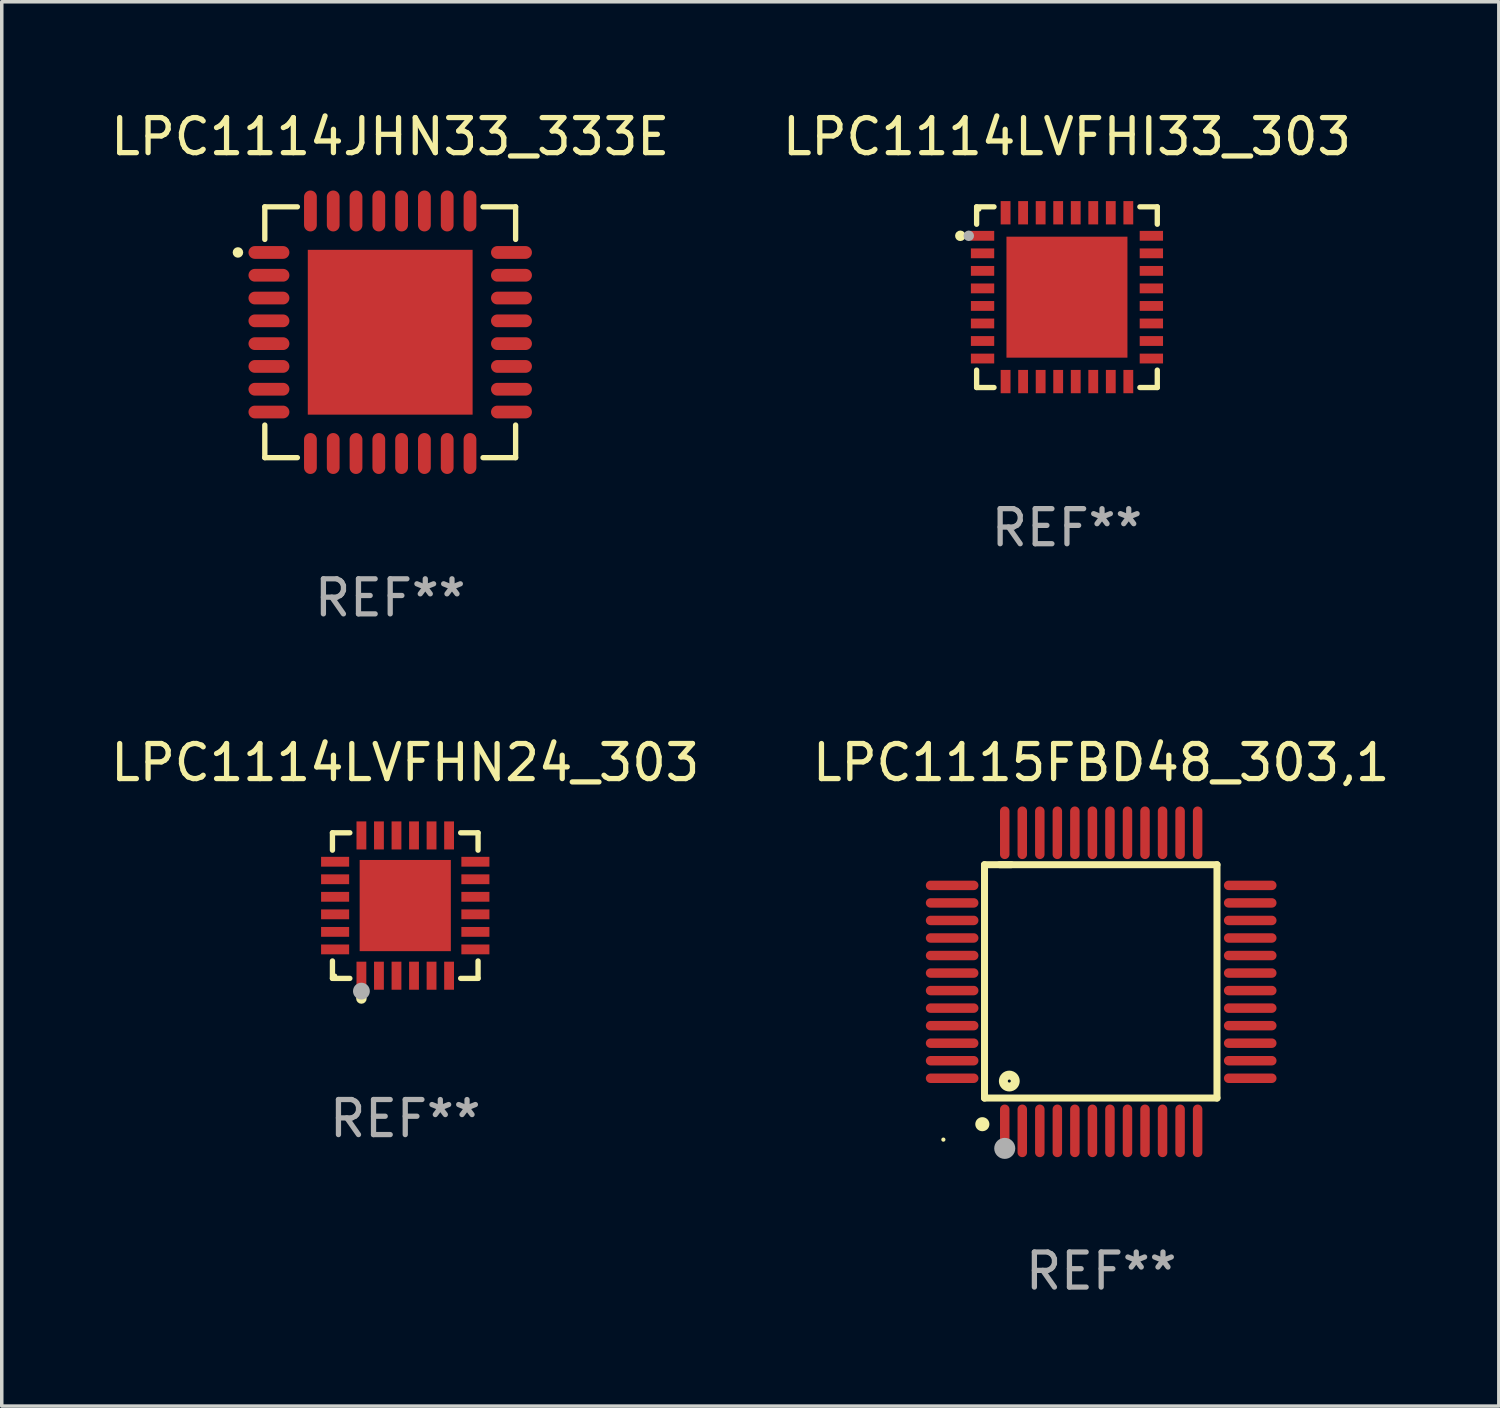
<source format=kicad_pcb>
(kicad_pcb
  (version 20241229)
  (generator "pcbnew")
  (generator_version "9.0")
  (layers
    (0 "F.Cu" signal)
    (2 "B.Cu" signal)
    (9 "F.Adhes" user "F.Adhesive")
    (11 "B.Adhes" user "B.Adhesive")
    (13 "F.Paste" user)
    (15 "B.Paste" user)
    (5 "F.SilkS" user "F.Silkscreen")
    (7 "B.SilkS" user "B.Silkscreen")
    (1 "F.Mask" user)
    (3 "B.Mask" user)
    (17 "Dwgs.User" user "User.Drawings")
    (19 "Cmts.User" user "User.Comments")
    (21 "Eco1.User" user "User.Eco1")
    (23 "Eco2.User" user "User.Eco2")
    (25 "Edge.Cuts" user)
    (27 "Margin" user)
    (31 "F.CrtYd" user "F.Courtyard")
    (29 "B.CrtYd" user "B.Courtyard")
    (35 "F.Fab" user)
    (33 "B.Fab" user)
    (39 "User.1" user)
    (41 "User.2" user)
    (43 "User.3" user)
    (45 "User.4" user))
  (footprint "LPC1114JHN33_333E"
    (layer "F.Cu")
    (at 8.077 6.424)
    (property "Reference" "LPC1114JHN33_333E" (at 0 -5.576 0) (layer "F.SilkS") (effects (font (size 1 1) (thickness 0.15))))
    (attr through_hole)
    (fp_line (start -3.576 -3.576) (end -3.576 -2.647) (stroke (width 0.152) (type solid)) (layer "F.SilkS"))
    (fp_line (start -3.576 3.576) (end -3.576 2.647) (stroke (width 0.152) (type solid)) (layer "F.SilkS"))
    (fp_line (start -2.647 -3.576) (end -3.576 -3.576) (stroke (width 0.152) (type solid)) (layer "F.SilkS"))
    (fp_line (start -2.647 3.576) (end -3.576 3.576) (stroke (width 0.152) (type solid)) (layer "F.SilkS"))
    (fp_line (start 2.647 -3.576) (end 3.576 -3.576) (stroke (width 0.152) (type solid)) (layer "F.SilkS"))
    (fp_line (start 2.647 3.576) (end 3.576 3.576) (stroke (width 0.152) (type solid)) (layer "F.SilkS"))
    (fp_line (start 3.576 -3.576) (end 3.576 -2.647) (stroke (width 0.152) (type solid)) (layer "F.SilkS"))
    (fp_line (start 3.576 3.576) (end 3.576 2.647) (stroke (width 0.152) (type solid)) (layer "F.SilkS"))
    (fp_circle (center -4.342 -2.275) (end -4.267 -2.275) (stroke (width 0.15) (type solid)) (fill no) (layer "F.SilkS"))
    (fp_text user "REF**" (at 0 7.576 0) (layer "F.Fab") (effects (font (size 1 1) (thickness 0.15))))
    (pad "1" smd oval (at -3.458 -2.275 270) (size 0.364 1.167) (layers "F.Cu" "F.Mask" "F.Paste"))
    (pad "2" smd oval (at -3.458 -1.625 270) (size 0.364 1.167) (layers "F.Cu" "F.Mask" "F.Paste"))
    (pad "3" smd oval (at -3.458 -0.975 270) (size 0.364 1.167) (layers "F.Cu" "F.Mask" "F.Paste"))
    (pad "4" smd oval (at -3.458 -0.325 270) (size 0.364 1.167) (layers "F.Cu" "F.Mask" "F.Paste"))
    (pad "5" smd oval (at -3.458 0.325 270) (size 0.364 1.167) (layers "F.Cu" "F.Mask" "F.Paste"))
    (pad "6" smd oval (at -3.458 0.975 270) (size 0.364 1.167) (layers "F.Cu" "F.Mask" "F.Paste"))
    (pad "7" smd oval (at -3.458 1.625 270) (size 0.364 1.167) (layers "F.Cu" "F.Mask" "F.Paste"))
    (pad "8" smd oval (at -3.458 2.275 270) (size 0.364 1.167) (layers "F.Cu" "F.Mask" "F.Paste"))
    (pad "9" smd oval (at -2.275 3.458 270) (size 1.167 0.364) (layers "F.Cu" "F.Mask" "F.Paste"))
    (pad "10" smd oval (at -1.625 3.458 270) (size 1.167 0.364) (layers "F.Cu" "F.Mask" "F.Paste"))
    (pad "11" smd oval (at -0.975 3.458 270) (size 1.167 0.364) (layers "F.Cu" "F.Mask" "F.Paste"))
    (pad "12" smd oval (at -0.325 3.458 270) (size 1.167 0.364) (layers "F.Cu" "F.Mask" "F.Paste"))
    (pad "13" smd oval (at 0.325 3.458 270) (size 1.167 0.364) (layers "F.Cu" "F.Mask" "F.Paste"))
    (pad "14" smd oval (at 0.975 3.458 270) (size 1.167 0.364) (layers "F.Cu" "F.Mask" "F.Paste"))
    (pad "15" smd oval (at 1.625 3.458 270) (size 1.167 0.364) (layers "F.Cu" "F.Mask" "F.Paste"))
    (pad "16" smd oval (at 2.275 3.458 270) (size 1.167 0.364) (layers "F.Cu" "F.Mask" "F.Paste"))
    (pad "17" smd oval (at 3.458 2.275 270) (size 0.364 1.167) (layers "F.Cu" "F.Mask" "F.Paste"))
    (pad "18" smd oval (at 3.458 1.625 270) (size 0.364 1.167) (layers "F.Cu" "F.Mask" "F.Paste"))
    (pad "19" smd oval (at 3.458 0.975 270) (size 0.364 1.167) (layers "F.Cu" "F.Mask" "F.Paste"))
    (pad "20" smd oval (at 3.458 0.325 270) (size 0.364 1.167) (layers "F.Cu" "F.Mask" "F.Paste"))
    (pad "21" smd oval (at 3.458 -0.325 270) (size 0.364 1.167) (layers "F.Cu" "F.Mask" "F.Paste"))
    (pad "22" smd oval (at 3.458 -0.975 270) (size 0.364 1.167) (layers "F.Cu" "F.Mask" "F.Paste"))
    (pad "23" smd oval (at 3.458 -1.625 270) (size 0.364 1.167) (layers "F.Cu" "F.Mask" "F.Paste"))
    (pad "24" smd oval (at 3.458 -2.275 270) (size 0.364 1.167) (layers "F.Cu" "F.Mask" "F.Paste"))
    (pad "25" smd oval (at 2.275 -3.458 270) (size 1.167 0.364) (layers "F.Cu" "F.Mask" "F.Paste"))
    (pad "26" smd oval (at 1.625 -3.458 270) (size 1.167 0.364) (layers "F.Cu" "F.Mask" "F.Paste"))
    (pad "27" smd oval (at 0.975 -3.458 270) (size 1.167 0.364) (layers "F.Cu" "F.Mask" "F.Paste"))
    (pad "28" smd oval (at 0.325 -3.458 270) (size 1.167 0.364) (layers "F.Cu" "F.Mask" "F.Paste"))
    (pad "29" smd oval (at -0.325 -3.458 270) (size 1.167 0.364) (layers "F.Cu" "F.Mask" "F.Paste"))
    (pad "30" smd oval (at -0.975 -3.458 270) (size 1.167 0.364) (layers "F.Cu" "F.Mask" "F.Paste"))
    (pad "31" smd oval (at -1.625 -3.458 270) (size 1.167 0.364) (layers "F.Cu" "F.Mask" "F.Paste"))
    (pad "32" smd oval (at -2.275 -3.458 270) (size 1.167 0.364) (layers "F.Cu" "F.Mask" "F.Paste"))
    (pad "33" smd rect (at 0 0 270) (size 4.7 4.7) (layers "F.Cu" "F.Mask" "F.Paste")))
  (footprint "LPC1114LVFHN24_303"
    (layer "F.Cu")
    (at 8.506 22.773)
    (property "Reference" "LPC1114LVFHN24_303" (at 0 -4.076 0) (layer "F.SilkS") (effects (font (size 1 1) (thickness 0.15))))
    (attr through_hole)
    (fp_line (start -2.076 -2.076) (end -1.58 -2.076) (stroke (width 0.152) (type solid)) (layer "F.SilkS"))
    (fp_line (start -2.076 -1.58) (end -2.076 -2.076) (stroke (width 0.152) (type solid)) (layer "F.SilkS"))
    (fp_line (start -2.076 1.58) (end -2.076 2.076) (stroke (width 0.152) (type solid)) (layer "F.SilkS"))
    (fp_line (start -2.076 2.076) (end -1.58 2.076) (stroke (width 0.152) (type solid)) (layer "F.SilkS"))
    (fp_line (start 2.076 -2.076) (end 1.58 -2.076) (stroke (width 0.152) (type solid)) (layer "F.SilkS"))
    (fp_line (start 2.076 -1.58) (end 2.076 -2.076) (stroke (width 0.152) (type solid)) (layer "F.SilkS"))
    (fp_line (start 2.076 1.58) (end 2.076 2.076) (stroke (width 0.152) (type solid)) (layer "F.SilkS"))
    (fp_line (start 2.076 2.076) (end 1.58 2.076) (stroke (width 0.152) (type solid)) (layer "F.SilkS"))
    (fp_circle (center -2 2) (end -1.97 2) (stroke (width 0.06) (type solid)) (fill no) (layer "F.SilkS"))
    (fp_circle (center -1.25 2.65) (end -1.175 2.65) (stroke (width 0.15) (type solid)) (fill no) (layer "F.SilkS"))
    (fp_circle (center -1.25 2.44) (end -1.13 2.44) (stroke (width 0.24) (type solid)) (fill no) (layer "F.Fab"))
    (fp_text user "REF**" (at 0 6.076 0) (layer "F.Fab") (effects (font (size 1 1) (thickness 0.15))))
    (pad "1" smd rect (at -1.25 2) (size 0.28 0.8) (layers "F.Cu" "F.Mask" "F.Paste"))
    (pad "2" smd rect (at -0.75 2) (size 0.28 0.8) (layers "F.Cu" "F.Mask" "F.Paste"))
    (pad "3" smd rect (at -0.25 2) (size 0.28 0.8) (layers "F.Cu" "F.Mask" "F.Paste"))
    (pad "4" smd rect (at 0.25 2) (size 0.28 0.8) (layers "F.Cu" "F.Mask" "F.Paste"))
    (pad "5" smd rect (at 0.75 2) (size 0.28 0.8) (layers "F.Cu" "F.Mask" "F.Paste"))
    (pad "6" smd rect (at 1.25 2) (size 0.28 0.8) (layers "F.Cu" "F.Mask" "F.Paste"))
    (pad "7" smd rect (at 2 1.25) (size 0.8 0.28) (layers "F.Cu" "F.Mask" "F.Paste"))
    (pad "8" smd rect (at 2 0.75) (size 0.8 0.28) (layers "F.Cu" "F.Mask" "F.Paste"))
    (pad "9" smd rect (at 2 0.25) (size 0.8 0.28) (layers "F.Cu" "F.Mask" "F.Paste"))
    (pad "10" smd rect (at 2 -0.25) (size 0.8 0.28) (layers "F.Cu" "F.Mask" "F.Paste"))
    (pad "11" smd rect (at 2 -0.75) (size 0.8 0.28) (layers "F.Cu" "F.Mask" "F.Paste"))
    (pad "12" smd rect (at 2 -1.25) (size 0.8 0.28) (layers "F.Cu" "F.Mask" "F.Paste"))
    (pad "13" smd rect (at 1.25 -2) (size 0.28 0.8) (layers "F.Cu" "F.Mask" "F.Paste"))
    (pad "14" smd rect (at 0.75 -2) (size 0.28 0.8) (layers "F.Cu" "F.Mask" "F.Paste"))
    (pad "15" smd rect (at 0.25 -2) (size 0.28 0.8) (layers "F.Cu" "F.Mask" "F.Paste"))
    (pad "16" smd rect (at -0.25 -2) (size 0.28 0.8) (layers "F.Cu" "F.Mask" "F.Paste"))
    (pad "17" smd rect (at -0.75 -2) (size 0.28 0.8) (layers "F.Cu" "F.Mask" "F.Paste"))
    (pad "18" smd rect (at -1.25 -2) (size 0.28 0.8) (layers "F.Cu" "F.Mask" "F.Paste"))
    (pad "19" smd rect (at -2 -1.25) (size 0.8 0.28) (layers "F.Cu" "F.Mask" "F.Paste"))
    (pad "20" smd rect (at -2 -0.75) (size 0.8 0.28) (layers "F.Cu" "F.Mask" "F.Paste"))
    (pad "21" smd rect (at -2 -0.25) (size 0.8 0.28) (layers "F.Cu" "F.Mask" "F.Paste"))
    (pad "22" smd rect (at -2 0.25) (size 0.8 0.28) (layers "F.Cu" "F.Mask" "F.Paste"))
    (pad "23" smd rect (at -2 0.75) (size 0.8 0.28) (layers "F.Cu" "F.Mask" "F.Paste"))
    (pad "24" smd rect (at -2 1.25) (size 0.8 0.28) (layers "F.Cu" "F.Mask" "F.Paste"))
    (pad "25" smd rect (at 0 0) (size 2.6 2.6) (layers "F.Cu" "F.Mask" "F.Paste")))
  (footprint "LPC1114LVFHI33_303"
    (layer "F.Cu")
    (at 27.375 5.424)
    (property "Reference" "LPC1114LVFHI33_303" (at 0 -4.576 0) (layer "F.SilkS") (effects (font (size 1 1) (thickness 0.15))))
    (attr through_hole)
    (fp_line (start -2.576 -2.576) (end -2.576 -2.08) (stroke (width 0.152) (type solid)) (layer "F.SilkS"))
    (fp_line (start -2.576 2.576) (end -2.576 2.08) (stroke (width 0.152) (type solid)) (layer "F.SilkS"))
    (fp_line (start -2.08 -2.576) (end -2.576 -2.576) (stroke (width 0.152) (type solid)) (layer "F.SilkS"))
    (fp_line (start -2.08 2.576) (end -2.576 2.576) (stroke (width 0.152) (type solid)) (layer "F.SilkS"))
    (fp_line (start 2.08 -2.576) (end 2.576 -2.576) (stroke (width 0.152) (type solid)) (layer "F.SilkS"))
    (fp_line (start 2.08 2.576) (end 2.576 2.576) (stroke (width 0.152) (type solid)) (layer "F.SilkS"))
    (fp_line (start 2.576 -2.576) (end 2.576 -2.08) (stroke (width 0.152) (type solid)) (layer "F.SilkS"))
    (fp_line (start 2.576 2.576) (end 2.576 2.08) (stroke (width 0.152) (type solid)) (layer "F.SilkS"))
    (fp_circle (center -3.04 -1.75) (end -2.965 -1.75) (stroke (width 0.15) (type solid)) (fill no) (layer "F.SilkS"))
    (fp_circle (center -2.5 -2.5) (end -2.47 -2.5) (stroke (width 0.06) (type solid)) (fill no) (layer "F.SilkS"))
    (fp_circle (center -2.8 -1.75) (end -2.725 -1.75) (stroke (width 0.15) (type solid)) (fill no) (layer "F.Fab"))
    (fp_text user "REF**" (at 0 6.576 0) (layer "F.Fab") (effects (font (size 1 1) (thickness 0.15))))
    (pad "1" smd rect (at -2.407 -1.75) (size 0.665 0.28) (layers "F.Cu" "F.Mask" "F.Paste"))
    (pad "2" smd rect (at -2.407 -1.25) (size 0.665 0.28) (layers "F.Cu" "F.Mask" "F.Paste"))
    (pad "3" smd rect (at -2.407 -0.75) (size 0.665 0.28) (layers "F.Cu" "F.Mask" "F.Paste"))
    (pad "4" smd rect (at -2.407 -0.25) (size 0.665 0.28) (layers "F.Cu" "F.Mask" "F.Paste"))
    (pad "5" smd rect (at -2.407 0.25) (size 0.665 0.28) (layers "F.Cu" "F.Mask" "F.Paste"))
    (pad "6" smd rect (at -2.407 0.75) (size 0.665 0.28) (layers "F.Cu" "F.Mask" "F.Paste"))
    (pad "7" smd rect (at -2.407 1.25) (size 0.665 0.28) (layers "F.Cu" "F.Mask" "F.Paste"))
    (pad "8" smd rect (at -2.407 1.75) (size 0.665 0.28) (layers "F.Cu" "F.Mask" "F.Paste"))
    (pad "9" smd rect (at -1.75 2.407) (size 0.28 0.665) (layers "F.Cu" "F.Mask" "F.Paste"))
    (pad "10" smd rect (at -1.25 2.407) (size 0.28 0.665) (layers "F.Cu" "F.Mask" "F.Paste"))
    (pad "11" smd rect (at -0.75 2.407) (size 0.28 0.665) (layers "F.Cu" "F.Mask" "F.Paste"))
    (pad "12" smd rect (at -0.25 2.407) (size 0.28 0.665) (layers "F.Cu" "F.Mask" "F.Paste"))
    (pad "13" smd rect (at 0.25 2.407) (size 0.28 0.665) (layers "F.Cu" "F.Mask" "F.Paste"))
    (pad "14" smd rect (at 0.75 2.407) (size 0.28 0.665) (layers "F.Cu" "F.Mask" "F.Paste"))
    (pad "15" smd rect (at 1.25 2.407) (size 0.28 0.665) (layers "F.Cu" "F.Mask" "F.Paste"))
    (pad "16" smd rect (at 1.75 2.407) (size 0.28 0.665) (layers "F.Cu" "F.Mask" "F.Paste"))
    (pad "17" smd rect (at 2.407 1.75) (size 0.665 0.28) (layers "F.Cu" "F.Mask" "F.Paste"))
    (pad "18" smd rect (at 2.407 1.25) (size 0.665 0.28) (layers "F.Cu" "F.Mask" "F.Paste"))
    (pad "19" smd rect (at 2.407 0.75) (size 0.665 0.28) (layers "F.Cu" "F.Mask" "F.Paste"))
    (pad "20" smd rect (at 2.407 0.25) (size 0.665 0.28) (layers "F.Cu" "F.Mask" "F.Paste"))
    (pad "21" smd rect (at 2.407 -0.25) (size 0.665 0.28) (layers "F.Cu" "F.Mask" "F.Paste"))
    (pad "22" smd rect (at 2.407 -0.75) (size 0.665 0.28) (layers "F.Cu" "F.Mask" "F.Paste"))
    (pad "23" smd rect (at 2.407 -1.25) (size 0.665 0.28) (layers "F.Cu" "F.Mask" "F.Paste"))
    (pad "24" smd rect (at 2.407 -1.75) (size 0.665 0.28) (layers "F.Cu" "F.Mask" "F.Paste"))
    (pad "25" smd rect (at 1.75 -2.407) (size 0.28 0.665) (layers "F.Cu" "F.Mask" "F.Paste"))
    (pad "26" smd rect (at 1.25 -2.407) (size 0.28 0.665) (layers "F.Cu" "F.Mask" "F.Paste"))
    (pad "27" smd rect (at 0.75 -2.407) (size 0.28 0.665) (layers "F.Cu" "F.Mask" "F.Paste"))
    (pad "28" smd rect (at 0.25 -2.407) (size 0.28 0.665) (layers "F.Cu" "F.Mask" "F.Paste"))
    (pad "29" smd rect (at -0.25 -2.407) (size 0.28 0.665) (layers "F.Cu" "F.Mask" "F.Paste"))
    (pad "30" smd rect (at -0.75 -2.407) (size 0.28 0.665) (layers "F.Cu" "F.Mask" "F.Paste"))
    (pad "31" smd rect (at -1.25 -2.407) (size 0.28 0.665) (layers "F.Cu" "F.Mask" "F.Paste"))
    (pad "32" smd rect (at -1.75 -2.407) (size 0.28 0.665) (layers "F.Cu" "F.Mask" "F.Paste"))
    (pad "33" smd rect (at 0 0) (size 3.45 3.45) (layers "F.Cu" "F.Mask" "F.Paste")))
  (footprint "LPC1115FBD48_303,1"
    (layer "F.Cu")
    (at 28.351 24.947)
    (property "Reference" "LPC1115FBD48_303,1" (at 0 -6.25 0) (layer "F.SilkS") (effects (font (size 1 1) (thickness 0.15))))
    (attr through_hole)
    (fp_line (start -3.327 -3.34) (end -2.565 -3.34) (stroke (width 0.2) (type solid)) (layer "F.SilkS"))
    (fp_line (start -3.327 3.315) (end -3.327 -3.34) (stroke (width 0.2) (type solid)) (layer "F.SilkS"))
    (fp_line (start -2.896 -3.34) (end 3.302 -3.34) (stroke (width 0.2) (type solid)) (layer "F.SilkS"))
    (fp_line (start 3.302 -3.34) (end 3.302 3.315) (stroke (width 0.2) (type solid)) (layer "F.SilkS"))
    (fp_line (start 3.302 3.315) (end -3.327 3.315) (stroke (width 0.2) (type solid)) (layer "F.SilkS"))
    (fp_arc (start -3.389992 4.059995) (mid -3.388722 4.059991) (end -3.387452 4.059995) (stroke (width 0.4) (type solid)) (layer "F.SilkS"))
    (fp_circle (center -4.5 4.5) (end -4.47 4.5) (stroke (width 0.06) (type solid)) (fill no) (layer "F.SilkS"))
    (fp_circle (center -2.62 2.83) (end -2.45 2.83) (stroke (width 0.254) (type solid)) (fill no) (layer "F.SilkS"))
    (fp_circle (center -2.75 4.75) (end -2.6 4.75) (stroke (width 0.3) (type solid)) (fill no) (layer "F.Fab"))
    (fp_text user "REF**" (at 0 8.25 0) (layer "F.Fab") (effects (font (size 1 1) (thickness 0.15))))
    (pad "1" smd oval (at -2.75 4.25) (size 0.27 1.5) (layers "F.Cu" "F.Mask" "F.Paste"))
    (pad "2" smd oval (at -2.25 4.25) (size 0.27 1.5) (layers "F.Cu" "F.Mask" "F.Paste"))
    (pad "3" smd oval (at -1.75 4.25) (size 0.27 1.5) (layers "F.Cu" "F.Mask" "F.Paste"))
    (pad "4" smd oval (at -1.25 4.25) (size 0.27 1.5) (layers "F.Cu" "F.Mask" "F.Paste"))
    (pad "5" smd oval (at -0.75 4.25) (size 0.27 1.5) (layers "F.Cu" "F.Mask" "F.Paste"))
    (pad "6" smd oval (at -0.25 4.25) (size 0.27 1.5) (layers "F.Cu" "F.Mask" "F.Paste"))
    (pad "7" smd oval (at 0.25 4.25) (size 0.27 1.5) (layers "F.Cu" "F.Mask" "F.Paste"))
    (pad "8" smd oval (at 0.75 4.25) (size 0.27 1.5) (layers "F.Cu" "F.Mask" "F.Paste"))
    (pad "9" smd oval (at 1.25 4.25) (size 0.27 1.5) (layers "F.Cu" "F.Mask" "F.Paste"))
    (pad "10" smd oval (at 1.75 4.25) (size 0.27 1.5) (layers "F.Cu" "F.Mask" "F.Paste"))
    (pad "11" smd oval (at 2.25 4.25) (size 0.27 1.5) (layers "F.Cu" "F.Mask" "F.Paste"))
    (pad "12" smd oval (at 2.75 4.25) (size 0.27 1.5) (layers "F.Cu" "F.Mask" "F.Paste"))
    (pad "13" smd oval (at 4.25 2.75) (size 1.5 0.27) (layers "F.Cu" "F.Mask" "F.Paste"))
    (pad "14" smd oval (at 4.25 2.25) (size 1.5 0.27) (layers "F.Cu" "F.Mask" "F.Paste"))
    (pad "15" smd oval (at 4.25 1.75) (size 1.5 0.27) (layers "F.Cu" "F.Mask" "F.Paste"))
    (pad "16" smd oval (at 4.25 1.25) (size 1.5 0.27) (layers "F.Cu" "F.Mask" "F.Paste"))
    (pad "17" smd oval (at 4.25 0.75) (size 1.5 0.27) (layers "F.Cu" "F.Mask" "F.Paste"))
    (pad "18" smd oval (at 4.25 0.25) (size 1.5 0.27) (layers "F.Cu" "F.Mask" "F.Paste"))
    (pad "19" smd oval (at 4.25 -0.25) (size 1.5 0.27) (layers "F.Cu" "F.Mask" "F.Paste"))
    (pad "20" smd oval (at 4.25 -0.75) (size 1.5 0.27) (layers "F.Cu" "F.Mask" "F.Paste"))
    (pad "21" smd oval (at 4.25 -1.25) (size 1.5 0.27) (layers "F.Cu" "F.Mask" "F.Paste"))
    (pad "22" smd oval (at 4.25 -1.75) (size 1.5 0.27) (layers "F.Cu" "F.Mask" "F.Paste"))
    (pad "23" smd oval (at 4.25 -2.25) (size 1.5 0.27) (layers "F.Cu" "F.Mask" "F.Paste"))
    (pad "24" smd oval (at 4.25 -2.75) (size 1.5 0.27) (layers "F.Cu" "F.Mask" "F.Paste"))
    (pad "25" smd oval (at 2.75 -4.25) (size 0.27 1.5) (layers "F.Cu" "F.Mask" "F.Paste"))
    (pad "26" smd oval (at 2.25 -4.25) (size 0.27 1.5) (layers "F.Cu" "F.Mask" "F.Paste"))
    (pad "27" smd oval (at 1.75 -4.25) (size 0.27 1.5) (layers "F.Cu" "F.Mask" "F.Paste"))
    (pad "28" smd oval (at 1.25 -4.25) (size 0.27 1.5) (layers "F.Cu" "F.Mask" "F.Paste"))
    (pad "29" smd oval (at 0.75 -4.25) (size 0.27 1.5) (layers "F.Cu" "F.Mask" "F.Paste"))
    (pad "30" smd oval (at 0.25 -4.25) (size 0.27 1.5) (layers "F.Cu" "F.Mask" "F.Paste"))
    (pad "31" smd oval (at -0.25 -4.25) (size 0.27 1.5) (layers "F.Cu" "F.Mask" "F.Paste"))
    (pad "32" smd oval (at -0.75 -4.25) (size 0.27 1.5) (layers "F.Cu" "F.Mask" "F.Paste"))
    (pad "33" smd oval (at -1.25 -4.25) (size 0.27 1.5) (layers "F.Cu" "F.Mask" "F.Paste"))
    (pad "34" smd oval (at -1.75 -4.25) (size 0.27 1.5) (layers "F.Cu" "F.Mask" "F.Paste"))
    (pad "35" smd oval (at -2.25 -4.25) (size 0.27 1.5) (layers "F.Cu" "F.Mask" "F.Paste"))
    (pad "36" smd oval (at -2.75 -4.25) (size 0.27 1.5) (layers "F.Cu" "F.Mask" "F.Paste"))
    (pad "37" smd oval (at -4.25 -2.75) (size 1.5 0.27) (layers "F.Cu" "F.Mask" "F.Paste"))
    (pad "38" smd oval (at -4.25 -2.25) (size 1.5 0.27) (layers "F.Cu" "F.Mask" "F.Paste"))
    (pad "39" smd oval (at -4.25 -1.75) (size 1.5 0.27) (layers "F.Cu" "F.Mask" "F.Paste"))
    (pad "40" smd oval (at -4.25 -1.25) (size 1.5 0.27) (layers "F.Cu" "F.Mask" "F.Paste"))
    (pad "41" smd oval (at -4.25 -0.75) (size 1.5 0.27) (layers "F.Cu" "F.Mask" "F.Paste"))
    (pad "42" smd oval (at -4.25 -0.25) (size 1.5 0.27) (layers "F.Cu" "F.Mask" "F.Paste"))
    (pad "43" smd oval (at -4.25 0.25) (size 1.5 0.27) (layers "F.Cu" "F.Mask" "F.Paste"))
    (pad "44" smd oval (at -4.25 0.75) (size 1.5 0.27) (layers "F.Cu" "F.Mask" "F.Paste"))
    (pad "45" smd oval (at -4.25 1.25) (size 1.5 0.27) (layers "F.Cu" "F.Mask" "F.Paste"))
    (pad "46" smd oval (at -4.25 1.75) (size 1.5 0.27) (layers "F.Cu" "F.Mask" "F.Paste"))
    (pad "47" smd oval (at -4.25 2.25) (size 1.5 0.27) (layers "F.Cu" "F.Mask" "F.Paste"))
    (pad "48" smd oval (at -4.25 2.75) (size 1.5 0.27) (layers "F.Cu" "F.Mask" "F.Paste")))
  (gr_rect
    (start -3 -3)
    (end 39.69 37.045)
    (stroke (width 0.1) (type default))
    (fill no)
    (layer "Edge.Cuts")))
</source>
